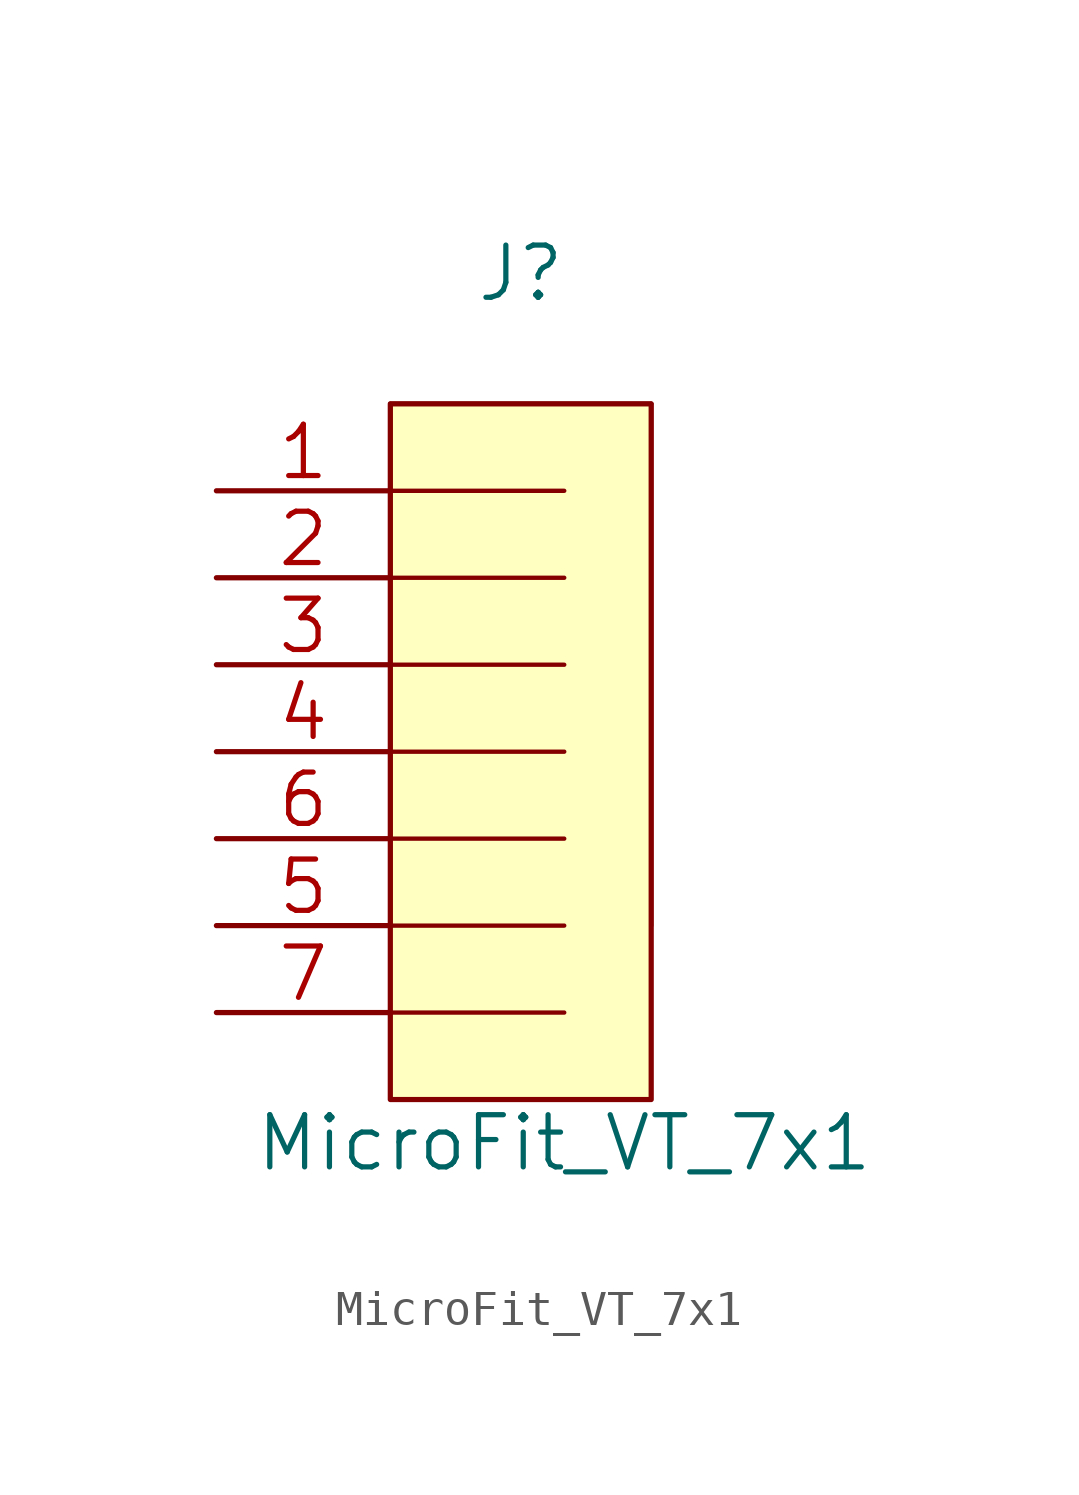
<source format=kicad_sym>
(kicad_symbol_lib
  (version 20211014)
  (generator kicad_symbol_editor)
  (symbol "MicroFit_VT_7x1"
    (pin_names
      (offset 0.254) hide)
    (property "Reference" "J"
      (at 8.89 6.35 0)
      (effects (font (size 1.524 1.524))))
    (property "Value" "MicroFit_VT_7x1"
      (at 10.16 -19.05 0)
      (effects (font (size 1.524 1.524))))
    (symbol "MicroFit_VT_7x1_0_1"
      (rectangle (start 5.08 2.54) (end 12.7 -17.78) (stroke (width 0) (type default) (color 0 0 0 0)) (fill (type background))))
    (symbol "MicroFit_VT_7x1_1_1"
      (polyline (pts (xy 5.08 2.54) (xy 5.08 -12.7)) (stroke (width 0.127) (type default) (color 0 0 0 0)) (fill (type none)))
      (polyline (pts (xy 10.16 -15.24) (xy 5.08 -15.24)) (stroke (width 0.127) (type default) (color 0 0 0 0)) (fill (type none)))
      (polyline (pts (xy 10.16 -12.7) (xy 5.08 -12.7)) (stroke (width 0.127) (type default) (color 0 0 0 0)) (fill (type none)))
      (polyline (pts (xy 10.16 -10.16) (xy 5.08 -10.16)) (stroke (width 0.127) (type default) (color 0 0 0 0)) (fill (type none)))
      (polyline (pts (xy 10.16 -7.62) (xy 5.08 -7.62)) (stroke (width 0.127) (type default) (color 0 0 0 0)) (fill (type none)))
      (polyline (pts (xy 10.16 -5.08) (xy 5.08 -5.08)) (stroke (width 0.127) (type default) (color 0 0 0 0)) (fill (type none)))
      (polyline (pts (xy 10.16 -2.54) (xy 5.08 -2.54)) (stroke (width 0.127) (type default) (color 0 0 0 0)) (fill (type none)))
      (polyline (pts (xy 10.16 0) (xy 5.08 0)) (stroke (width 0.127) (type default) (color 0 0 0 0)) (fill (type none)))
      (polyline (pts (xy 12.7 -12.7) (xy 12.7 2.54)) (stroke (width 0.127) (type default) (color 0 0 0 0)) (fill (type none)))
      (polyline (pts (xy 12.7 2.54) (xy 5.08 2.54)) (stroke (width 0.127) (type default) (color 0 0 0 0)) (fill (type none)))
      (pin unspecified line (at 0 0 0) (length 5.08) (name "1" (effects (font (size 1.499 1.499)))) (number "1" (effects (font (size 1.499 1.499)))))
      (pin unspecified line (at 0 -2.54 0) (length 5.08) (name "2" (effects (font (size 1.499 1.499)))) (number "2" (effects (font (size 1.499 1.499)))))
      (pin unspecified line (at 0 -5.08 0) (length 5.08) (name "3" (effects (font (size 1.499 1.499)))) (number "3" (effects (font (size 1.499 1.499)))))
      (pin unspecified line (at 0 -7.62 0) (length 5.08) (name "4" (effects (font (size 1.499 1.499)))) (number "4" (effects (font (size 1.499 1.499)))))
      (pin unspecified line (at 0 -12.7 0) (length 5.08) (name "5" (effects (font (size 1.499 1.499)))) (number "5" (effects (font (size 1.499 1.499)))))
      (pin unspecified line (at 0 -10.16 0) (length 5.08) (name "6" (effects (font (size 1.499 1.499)))) (number "6" (effects (font (size 1.499 1.499)))))
      (pin unspecified line (at 0 -15.24 0) (length 5.08) (name "7" (effects (font (size 1.499 1.499)))) (number "7" (effects (font (size 1.499 1.499))))))))
</source>
